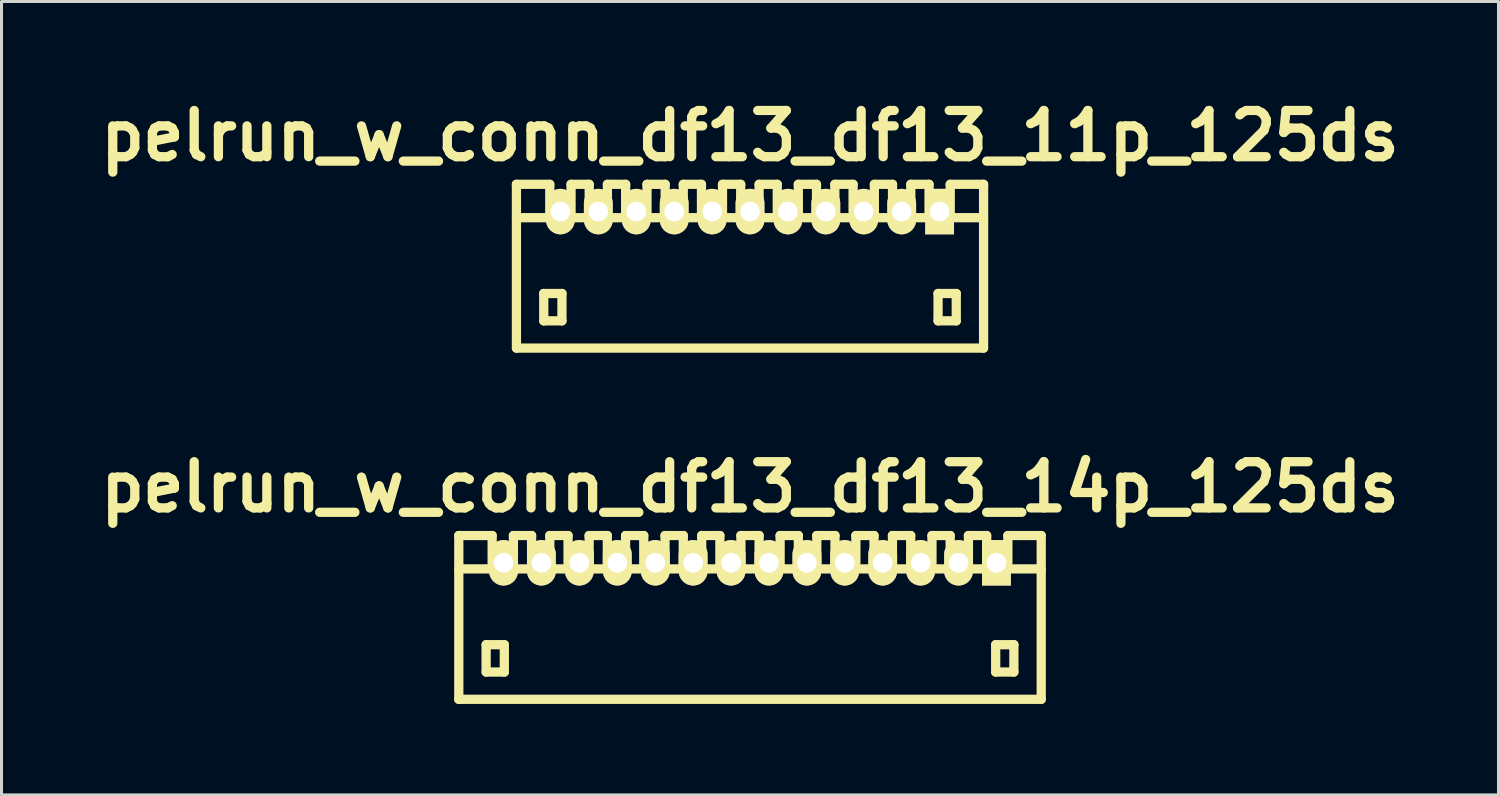
<source format=kicad_pcb>
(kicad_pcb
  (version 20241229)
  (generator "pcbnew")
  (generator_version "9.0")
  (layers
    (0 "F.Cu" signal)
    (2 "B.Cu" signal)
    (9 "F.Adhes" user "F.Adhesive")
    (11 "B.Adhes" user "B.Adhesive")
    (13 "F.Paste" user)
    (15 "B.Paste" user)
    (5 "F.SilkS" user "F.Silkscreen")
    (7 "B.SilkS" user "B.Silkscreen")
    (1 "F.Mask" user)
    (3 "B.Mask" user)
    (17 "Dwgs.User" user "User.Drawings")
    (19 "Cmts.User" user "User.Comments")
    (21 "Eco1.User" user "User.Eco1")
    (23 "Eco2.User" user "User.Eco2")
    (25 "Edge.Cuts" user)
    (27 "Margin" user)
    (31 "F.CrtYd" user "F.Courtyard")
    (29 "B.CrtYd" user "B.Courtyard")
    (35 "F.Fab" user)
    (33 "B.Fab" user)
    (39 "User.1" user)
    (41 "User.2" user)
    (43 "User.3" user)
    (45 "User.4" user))
  (footprint "pelrun_w_conn_df13_df13_11p_125ds"
    (layer "F.Cu")
    (at 21.677 5.727)
    (property "Reference" "pelrun_w_conn_df13_df13_11p_125ds" (at 0 -4.3 0) (layer "F.SilkS") (effects (font (size 1.524 1.524) (thickness 0.305))))
    (attr through_hole)
    (fp_line (start -7.701 2.7) (end -7.701 -2.7) (stroke (width 0.305) (type solid)) (layer "F.SilkS"))
    (fp_line (start -7.699 -1.6) (end 7.699 -1.6) (stroke (width 0.305) (type solid)) (layer "F.SilkS"))
    (fp_line (start -6.8 0.899) (end -6.8 1.801) (stroke (width 0.305) (type solid)) (layer "F.SilkS"))
    (fp_line (start -6.8 1.801) (end -6.2 1.801) (stroke (width 0.305) (type solid)) (layer "F.SilkS"))
    (fp_line (start -6.601 -2.7) (end -7.701 -2.7) (stroke (width 0.305) (type solid)) (layer "F.SilkS"))
    (fp_line (start -6.601 -1.6) (end -6.601 -2.7) (stroke (width 0.305) (type solid)) (layer "F.SilkS"))
    (fp_line (start -6.2 0.899) (end -6.8 0.899) (stroke (width 0.305) (type solid)) (layer "F.SilkS"))
    (fp_line (start -6.2 1.801) (end -6.2 0.899) (stroke (width 0.305) (type solid)) (layer "F.SilkS"))
    (fp_line (start -5.9 -2.7) (end -5.9 -1.6) (stroke (width 0.305) (type solid)) (layer "F.SilkS"))
    (fp_line (start -5.301 -2.7) (end -5.9 -2.7) (stroke (width 0.305) (type solid)) (layer "F.SilkS"))
    (fp_line (start -5.301 -1.6) (end -5.301 -2.7) (stroke (width 0.305) (type solid)) (layer "F.SilkS"))
    (fp_line (start -4.702 -2.7) (end -4.702 -1.6) (stroke (width 0.305) (type solid)) (layer "F.SilkS"))
    (fp_line (start -4.1 -2.7) (end -4.702 -2.7) (stroke (width 0.305) (type solid)) (layer "F.SilkS"))
    (fp_line (start -4.1 -2.7) (end -4.1 -1.6) (stroke (width 0.305) (type solid)) (layer "F.SilkS"))
    (fp_line (start -3.396 -2.7) (end -3.396 -1.6) (stroke (width 0.305) (type solid)) (layer "F.SilkS"))
    (fp_line (start -2.797 -2.7) (end -3.396 -2.7) (stroke (width 0.305) (type solid)) (layer "F.SilkS"))
    (fp_line (start -2.797 -2.7) (end -2.797 -1.6) (stroke (width 0.305) (type solid)) (layer "F.SilkS"))
    (fp_line (start -2.2 -2.7) (end -2.2 -1.6) (stroke (width 0.305) (type solid)) (layer "F.SilkS"))
    (fp_line (start -1.6 -2.7) (end -2.2 -2.7) (stroke (width 0.305) (type solid)) (layer "F.SilkS"))
    (fp_line (start -1.6 -1.6) (end -1.6 -2.7) (stroke (width 0.305) (type solid)) (layer "F.SilkS"))
    (fp_line (start -0.907 -1.6) (end -0.907 -2.7) (stroke (width 0.305) (type solid)) (layer "F.SilkS"))
    (fp_line (start -0.307 -2.7) (end -0.907 -2.7) (stroke (width 0.305) (type solid)) (layer "F.SilkS"))
    (fp_line (start -0.307 -1.6) (end -0.307 -2.7) (stroke (width 0.305) (type solid)) (layer "F.SilkS"))
    (fp_line (start 0.3 -2.7) (end 0.899 -2.7) (stroke (width 0.305) (type solid)) (layer "F.SilkS"))
    (fp_line (start 0.3 -1.6) (end 0.3 -2.7) (stroke (width 0.305) (type solid)) (layer "F.SilkS"))
    (fp_line (start 0.899 -2.7) (end 0.899 -1.6) (stroke (width 0.305) (type solid)) (layer "F.SilkS"))
    (fp_line (start 1.593 -2.7) (end 2.192 -2.7) (stroke (width 0.305) (type solid)) (layer "F.SilkS"))
    (fp_line (start 1.593 -1.6) (end 1.593 -2.7) (stroke (width 0.305) (type solid)) (layer "F.SilkS"))
    (fp_line (start 2.192 -2.7) (end 2.192 -1.6) (stroke (width 0.305) (type solid)) (layer "F.SilkS"))
    (fp_line (start 2.797 -2.7) (end 3.399 -2.7) (stroke (width 0.305) (type solid)) (layer "F.SilkS"))
    (fp_line (start 2.797 -1.6) (end 2.797 -2.7) (stroke (width 0.305) (type solid)) (layer "F.SilkS"))
    (fp_line (start 3.399 -2.7) (end 3.399 -1.6) (stroke (width 0.305) (type solid)) (layer "F.SilkS"))
    (fp_line (start 4.1 -2.7) (end 4.699 -2.7) (stroke (width 0.305) (type solid)) (layer "F.SilkS"))
    (fp_line (start 4.1 -1.6) (end 4.1 -2.7) (stroke (width 0.305) (type solid)) (layer "F.SilkS"))
    (fp_line (start 4.699 -2.7) (end 4.699 -1.6) (stroke (width 0.305) (type solid)) (layer "F.SilkS"))
    (fp_line (start 5.301 -2.7) (end 5.903 -2.7) (stroke (width 0.305) (type solid)) (layer "F.SilkS"))
    (fp_line (start 5.301 -1.6) (end 5.301 -2.7) (stroke (width 0.305) (type solid)) (layer "F.SilkS"))
    (fp_line (start 5.903 -2.7) (end 5.903 -1.6) (stroke (width 0.305) (type solid)) (layer "F.SilkS"))
    (fp_line (start 6.2 0.899) (end 6.8 0.899) (stroke (width 0.305) (type solid)) (layer "F.SilkS"))
    (fp_line (start 6.2 1.801) (end 6.2 0.899) (stroke (width 0.305) (type solid)) (layer "F.SilkS"))
    (fp_line (start 6.601 -1.6) (end 6.601 -2.7) (stroke (width 0.305) (type solid)) (layer "F.SilkS"))
    (fp_line (start 6.8 0.899) (end 6.8 1.801) (stroke (width 0.305) (type solid)) (layer "F.SilkS"))
    (fp_line (start 6.8 1.801) (end 6.2 1.801) (stroke (width 0.305) (type solid)) (layer "F.SilkS"))
    (fp_line (start 7.699 2.7) (end -7.699 2.7) (stroke (width 0.305) (type solid)) (layer "F.SilkS"))
    (fp_line (start 7.701 -2.7) (end 6.601 -2.7) (stroke (width 0.305) (type solid)) (layer "F.SilkS"))
    (fp_line (start 7.701 2.7) (end 7.701 -2.7) (stroke (width 0.305) (type solid)) (layer "F.SilkS"))
    (pad "1" thru_hole rect (at 6.251 -1.801) (size 0.95 1.499) (drill 0.648) (layers "*.Cu" "*.Mask" "F.SilkS"))
    (pad "2" thru_hole oval (at 5.001 -1.801) (size 0.95 1.499) (drill 0.648) (layers "*.Cu" "*.Mask" "F.SilkS"))
    (pad "3" thru_hole oval (at 3.749 -1.801) (size 0.95 1.499) (drill 0.648) (layers "*.Cu" "*.Mask" "F.SilkS"))
    (pad "4" thru_hole oval (at 2.499 -1.801) (size 0.95 1.499) (drill 0.648) (layers "*.Cu" "*.Mask" "F.SilkS"))
    (pad "5" thru_hole oval (at 1.25 -1.801) (size 0.95 1.499) (drill 0.648) (layers "*.Cu" "*.Mask" "F.SilkS"))
    (pad "6" thru_hole oval (at 0 -1.801) (size 0.95 1.499) (drill 0.648) (layers "*.Cu" "*.Mask" "F.SilkS"))
    (pad "7" thru_hole oval (at -1.25 -1.801) (size 0.95 1.499) (drill 0.648) (layers "*.Cu" "*.Mask" "F.SilkS"))
    (pad "8" thru_hole oval (at -2.499 -1.801) (size 0.95 1.499) (drill 0.648) (layers "*.Cu" "*.Mask" "F.SilkS"))
    (pad "9" thru_hole oval (at -3.749 -1.801) (size 0.95 1.499) (drill 0.648) (layers "*.Cu" "*.Mask" "F.SilkS"))
    (pad "10" thru_hole oval (at -5.001 -1.801) (size 0.95 1.499) (drill 0.648) (layers "*.Cu" "*.Mask" "F.SilkS"))
    (pad "11" thru_hole oval (at -6.251 -1.801) (size 0.95 1.499) (drill 0.648) (layers "*.Cu" "*.Mask" "F.SilkS")))
  (footprint "pelrun_w_conn_df13_df13_14p_125ds"
    (layer "F.Cu")
    (at 21.677 17.306)
    (property "Reference" "pelrun_w_conn_df13_df13_14p_125ds" (at 0 -4.3 0) (layer "F.SilkS") (effects (font (size 1.524 1.524) (thickness 0.305))))
    (attr through_hole)
    (fp_line (start -9.601 2.7) (end -9.601 -2.7) (stroke (width 0.305) (type solid)) (layer "F.SilkS"))
    (fp_line (start -9.601 2.7) (end 9.601 2.7) (stroke (width 0.305) (type solid)) (layer "F.SilkS"))
    (fp_line (start -8.7 0.899) (end -8.7 1.801) (stroke (width 0.305) (type solid)) (layer "F.SilkS"))
    (fp_line (start -8.7 1.801) (end -8.1 1.801) (stroke (width 0.305) (type solid)) (layer "F.SilkS"))
    (fp_line (start -8.501 -2.7) (end -9.601 -2.7) (stroke (width 0.305) (type solid)) (layer "F.SilkS"))
    (fp_line (start -8.501 -1.6) (end -8.501 -2.7) (stroke (width 0.305) (type solid)) (layer "F.SilkS"))
    (fp_line (start -8.1 0.899) (end -8.7 0.899) (stroke (width 0.305) (type solid)) (layer "F.SilkS"))
    (fp_line (start -8.1 1.801) (end -8.1 0.899) (stroke (width 0.305) (type solid)) (layer "F.SilkS"))
    (fp_line (start -7.8 -2.7) (end -7.8 -1.6) (stroke (width 0.305) (type solid)) (layer "F.SilkS"))
    (fp_line (start -7.201 -2.7) (end -7.8 -2.7) (stroke (width 0.305) (type solid)) (layer "F.SilkS"))
    (fp_line (start -7.201 -1.6) (end -7.201 -2.7) (stroke (width 0.305) (type solid)) (layer "F.SilkS"))
    (fp_line (start -6.601 -2.7) (end -6.601 -1.6) (stroke (width 0.305) (type solid)) (layer "F.SilkS"))
    (fp_line (start -5.999 -2.7) (end -6.601 -2.7) (stroke (width 0.305) (type solid)) (layer "F.SilkS"))
    (fp_line (start -5.999 -1.6) (end -5.999 -2.7) (stroke (width 0.305) (type solid)) (layer "F.SilkS"))
    (fp_line (start -5.304 -2.7) (end -5.304 -1.6) (stroke (width 0.305) (type solid)) (layer "F.SilkS"))
    (fp_line (start -4.704 -2.7) (end -5.304 -2.7) (stroke (width 0.305) (type solid)) (layer "F.SilkS"))
    (fp_line (start -4.704 -1.6) (end -4.704 -2.7) (stroke (width 0.305) (type solid)) (layer "F.SilkS"))
    (fp_line (start -4.102 -2.7) (end -4.102 -1.6) (stroke (width 0.305) (type solid)) (layer "F.SilkS"))
    (fp_line (start -3.503 -2.7) (end -4.102 -2.7) (stroke (width 0.305) (type solid)) (layer "F.SilkS"))
    (fp_line (start -3.503 -1.6) (end -3.503 -2.7) (stroke (width 0.305) (type solid)) (layer "F.SilkS"))
    (fp_line (start -2.802 -2.7) (end -2.802 -1.6) (stroke (width 0.305) (type solid)) (layer "F.SilkS"))
    (fp_line (start -2.2 -2.7) (end -2.802 -2.7) (stroke (width 0.305) (type solid)) (layer "F.SilkS"))
    (fp_line (start -2.2 -2.7) (end -2.2 -1.6) (stroke (width 0.305) (type solid)) (layer "F.SilkS"))
    (fp_line (start -1.593 -2.7) (end -1.593 -1.6) (stroke (width 0.305) (type solid)) (layer "F.SilkS"))
    (fp_line (start -0.993 -2.7) (end -1.593 -2.7) (stroke (width 0.305) (type solid)) (layer "F.SilkS"))
    (fp_line (start -0.993 -2.7) (end -0.993 -1.6) (stroke (width 0.305) (type solid)) (layer "F.SilkS"))
    (fp_line (start -0.3 -2.7) (end -0.3 -1.6) (stroke (width 0.305) (type solid)) (layer "F.SilkS"))
    (fp_line (start 0.3 -2.7) (end -0.3 -2.7) (stroke (width 0.305) (type solid)) (layer "F.SilkS"))
    (fp_line (start 0.3 -1.6) (end 0.3 -2.7) (stroke (width 0.305) (type solid)) (layer "F.SilkS"))
    (fp_line (start 0.993 -1.6) (end 0.993 -2.7) (stroke (width 0.305) (type solid)) (layer "F.SilkS"))
    (fp_line (start 1.593 -2.7) (end 0.993 -2.7) (stroke (width 0.305) (type solid)) (layer "F.SilkS"))
    (fp_line (start 1.593 -1.6) (end 1.593 -2.7) (stroke (width 0.305) (type solid)) (layer "F.SilkS"))
    (fp_line (start 2.202 -2.7) (end 2.802 -2.7) (stroke (width 0.305) (type solid)) (layer "F.SilkS"))
    (fp_line (start 2.202 -1.6) (end 2.202 -2.7) (stroke (width 0.305) (type solid)) (layer "F.SilkS"))
    (fp_line (start 2.802 -2.7) (end 2.802 -1.6) (stroke (width 0.305) (type solid)) (layer "F.SilkS"))
    (fp_line (start 3.49 -2.7) (end 4.089 -2.7) (stroke (width 0.305) (type solid)) (layer "F.SilkS"))
    (fp_line (start 3.49 -1.6) (end 3.49 -2.7) (stroke (width 0.305) (type solid)) (layer "F.SilkS"))
    (fp_line (start 4.089 -2.7) (end 4.089 -1.6) (stroke (width 0.305) (type solid)) (layer "F.SilkS"))
    (fp_line (start 4.696 -2.7) (end 5.298 -2.7) (stroke (width 0.305) (type solid)) (layer "F.SilkS"))
    (fp_line (start 4.696 -1.6) (end 4.696 -2.7) (stroke (width 0.305) (type solid)) (layer "F.SilkS"))
    (fp_line (start 5.298 -2.7) (end 5.298 -1.6) (stroke (width 0.305) (type solid)) (layer "F.SilkS"))
    (fp_line (start 5.999 -2.7) (end 6.599 -2.7) (stroke (width 0.305) (type solid)) (layer "F.SilkS"))
    (fp_line (start 5.999 -1.6) (end 5.999 -2.7) (stroke (width 0.305) (type solid)) (layer "F.SilkS"))
    (fp_line (start 6.599 -2.7) (end 6.599 -1.6) (stroke (width 0.305) (type solid)) (layer "F.SilkS"))
    (fp_line (start 7.201 -2.7) (end 7.803 -2.7) (stroke (width 0.305) (type solid)) (layer "F.SilkS"))
    (fp_line (start 7.201 -1.6) (end 7.201 -2.7) (stroke (width 0.305) (type solid)) (layer "F.SilkS"))
    (fp_line (start 7.803 -2.7) (end 7.803 -1.6) (stroke (width 0.305) (type solid)) (layer "F.SilkS"))
    (fp_line (start 8.1 0.899) (end 8.7 0.899) (stroke (width 0.305) (type solid)) (layer "F.SilkS"))
    (fp_line (start 8.1 1.801) (end 8.1 0.899) (stroke (width 0.305) (type solid)) (layer "F.SilkS"))
    (fp_line (start 8.501 -1.6) (end 8.501 -2.7) (stroke (width 0.305) (type solid)) (layer "F.SilkS"))
    (fp_line (start 8.7 0.899) (end 8.7 1.801) (stroke (width 0.305) (type solid)) (layer "F.SilkS"))
    (fp_line (start 8.7 1.801) (end 8.1 1.801) (stroke (width 0.305) (type solid)) (layer "F.SilkS"))
    (fp_line (start 9.601 -2.7) (end 8.501 -2.7) (stroke (width 0.305) (type solid)) (layer "F.SilkS"))
    (fp_line (start 9.601 -1.6) (end -9.601 -1.6) (stroke (width 0.305) (type solid)) (layer "F.SilkS"))
    (fp_line (start 9.601 2.7) (end 9.601 -2.7) (stroke (width 0.305) (type solid)) (layer "F.SilkS"))
    (pad "1" thru_hole rect (at 8.125 -1.801) (size 0.95 1.499) (drill 0.648) (layers "*.Cu" "*.Mask" "F.SilkS"))
    (pad "2" thru_hole oval (at 6.876 -1.801) (size 0.95 1.499) (drill 0.648) (layers "*.Cu" "*.Mask" "F.SilkS"))
    (pad "3" thru_hole oval (at 5.626 -1.801) (size 0.95 1.499) (drill 0.648) (layers "*.Cu" "*.Mask" "F.SilkS"))
    (pad "4" thru_hole oval (at 4.374 -1.801) (size 0.95 1.499) (drill 0.648) (layers "*.Cu" "*.Mask" "F.SilkS"))
    (pad "5" thru_hole oval (at 3.124 -1.801) (size 0.95 1.499) (drill 0.648) (layers "*.Cu" "*.Mask" "F.SilkS"))
    (pad "6" thru_hole oval (at 1.875 -1.801) (size 0.95 1.499) (drill 0.648) (layers "*.Cu" "*.Mask" "F.SilkS"))
    (pad "7" thru_hole oval (at 0.625 -1.801) (size 0.95 1.499) (drill 0.648) (layers "*.Cu" "*.Mask" "F.SilkS"))
    (pad "8" thru_hole oval (at -0.625 -1.801) (size 0.95 1.499) (drill 0.648) (layers "*.Cu" "*.Mask" "F.SilkS"))
    (pad "9" thru_hole oval (at -1.875 -1.801) (size 0.95 1.499) (drill 0.648) (layers "*.Cu" "*.Mask" "F.SilkS"))
    (pad "10" thru_hole oval (at -3.124 -1.801) (size 0.95 1.499) (drill 0.648) (layers "*.Cu" "*.Mask" "F.SilkS"))
    (pad "11" thru_hole oval (at -4.374 -1.801) (size 0.95 1.499) (drill 0.648) (layers "*.Cu" "*.Mask" "F.SilkS"))
    (pad "12" thru_hole oval (at -5.626 -1.801) (size 0.95 1.499) (drill 0.648) (layers "*.Cu" "*.Mask" "F.SilkS"))
    (pad "13" thru_hole oval (at -6.876 -1.801) (size 0.95 1.499) (drill 0.648) (layers "*.Cu" "*.Mask" "F.SilkS"))
    (pad "14" thru_hole oval (at -8.125 -1.801) (size 0.95 1.499) (drill 0.648) (layers "*.Cu" "*.Mask" "F.SilkS")))
  (gr_rect
    (start -3 -3)
    (end 46.354 23.158)
    (stroke (width 0.1) (type default))
    (fill no)
    (layer "Edge.Cuts")))
</source>
